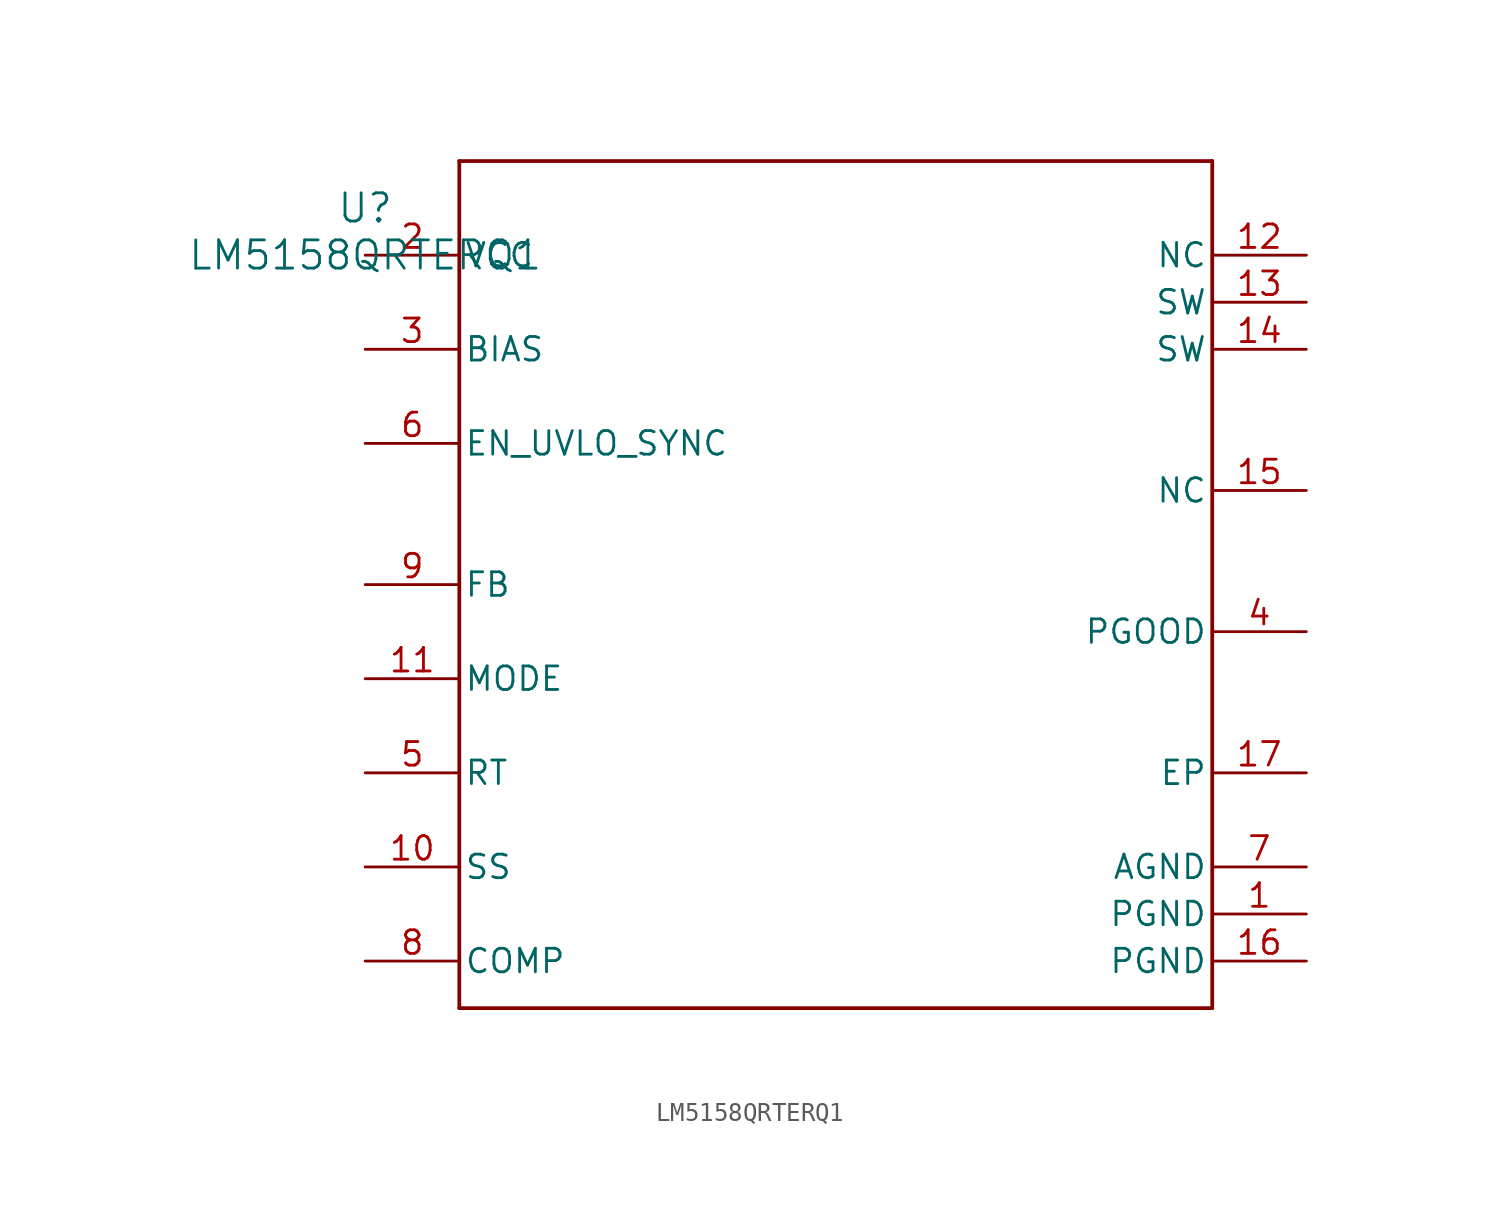
<source format=kicad_sym>
(kicad_symbol_lib
  (version 20211014)
  (generator kicad_symbol_editor)
  (symbol "LM5158QRTERQ1"
    (pin_names
      (offset 0.254))
    (property "Reference" "U"
      (at 0 2.54 0)
      (effects (font (size 1.524 1.524))))
    (property "Value" "LM5158QRTERQ1"
      (at 0 0 0)
      (effects (font (size 1.524 1.524))))
    (symbol "LM5158QRTERQ1_0_1"
      (polyline (pts (xy 5.08 -40.64) (xy 45.72 -40.64)) (stroke (width 0.203) (type default) (color 0 0 0 0)) (fill (type none)))
      (polyline (pts (xy 45.72 -40.64) (xy 45.72 5.08)) (stroke (width 0.203) (type default) (color 0 0 0 0)) (fill (type none)))
      (polyline (pts (xy 45.72 5.08) (xy 5.08 5.08)) (stroke (width 0.203) (type default) (color 0 0 0 0)) (fill (type none)))
      (polyline (pts (xy 5.08 5.08) (xy 5.08 -40.64)) (stroke (width 0.203) (type default) (color 0 0 0 0)) (fill (type none)))
      (pin power_in line (at 50.8 -35.56 180) (length 5.08) (name "PGND" (effects (font (size 1.27 1.27)))) (number "1" (effects (font (size 1.27 1.27)))))
      (pin unspecified line (at 0 0 0) (length 5.08) (name "VCC" (effects (font (size 1.27 1.27)))) (number "2" (effects (font (size 1.27 1.27)))))
      (pin power_in line (at 0 -5.08 0) (length 5.08) (name "BIAS" (effects (font (size 1.27 1.27)))) (number "3" (effects (font (size 1.27 1.27)))))
      (pin open_collector line (at 50.8 -20.32 180) (length 5.08) (name "PGOOD" (effects (font (size 1.27 1.27)))) (number "4" (effects (font (size 1.27 1.27)))))
      (pin unspecified line (at 0 -27.94 0) (length 5.08) (name "RT" (effects (font (size 1.27 1.27)))) (number "5" (effects (font (size 1.27 1.27)))))
      (pin input line (at 0 -10.16 0) (length 5.08) (name "EN_UVLO_SYNC" (effects (font (size 1.27 1.27)))) (number "6" (effects (font (size 1.27 1.27)))))
      (pin power_in line (at 50.8 -33.02 180) (length 5.08) (name "AGND" (effects (font (size 1.27 1.27)))) (number "7" (effects (font (size 1.27 1.27)))))
      (pin unspecified line (at 0 -38.1 0) (length 5.08) (name "COMP" (effects (font (size 1.27 1.27)))) (number "8" (effects (font (size 1.27 1.27)))))
      (pin unspecified line (at 0 -17.78 0) (length 5.08) (name "FB" (effects (font (size 1.27 1.27)))) (number "9" (effects (font (size 1.27 1.27)))))
      (pin unspecified line (at 0 -33.02 0) (length 5.08) (name "SS" (effects (font (size 1.27 1.27)))) (number "10" (effects (font (size 1.27 1.27)))))
      (pin unspecified line (at 0 -22.86 0) (length 5.08) (name "MODE" (effects (font (size 1.27 1.27)))) (number "11" (effects (font (size 1.27 1.27)))))
      (pin unspecified line (at 50.8 0 180) (length 5.08) (name "NC" (effects (font (size 1.27 1.27)))) (number "12" (effects (font (size 1.27 1.27)))))
      (pin unspecified line (at 50.8 -2.54 180) (length 5.08) (name "SW" (effects (font (size 1.27 1.27)))) (number "13" (effects (font (size 1.27 1.27)))))
      (pin unspecified line (at 50.8 -5.08 180) (length 5.08) (name "SW" (effects (font (size 1.27 1.27)))) (number "14" (effects (font (size 1.27 1.27)))))
      (pin unspecified line (at 50.8 -12.7 180) (length 5.08) (name "NC" (effects (font (size 1.27 1.27)))) (number "15" (effects (font (size 1.27 1.27)))))
      (pin power_in line (at 50.8 -38.1 180) (length 5.08) (name "PGND" (effects (font (size 1.27 1.27)))) (number "16" (effects (font (size 1.27 1.27)))))
      (pin power_in line (at 50.8 -27.94 180) (length 5.08) (name "EP" (effects (font (size 1.27 1.27)))) (number "17" (effects (font (size 1.27 1.27))))))))
</source>
